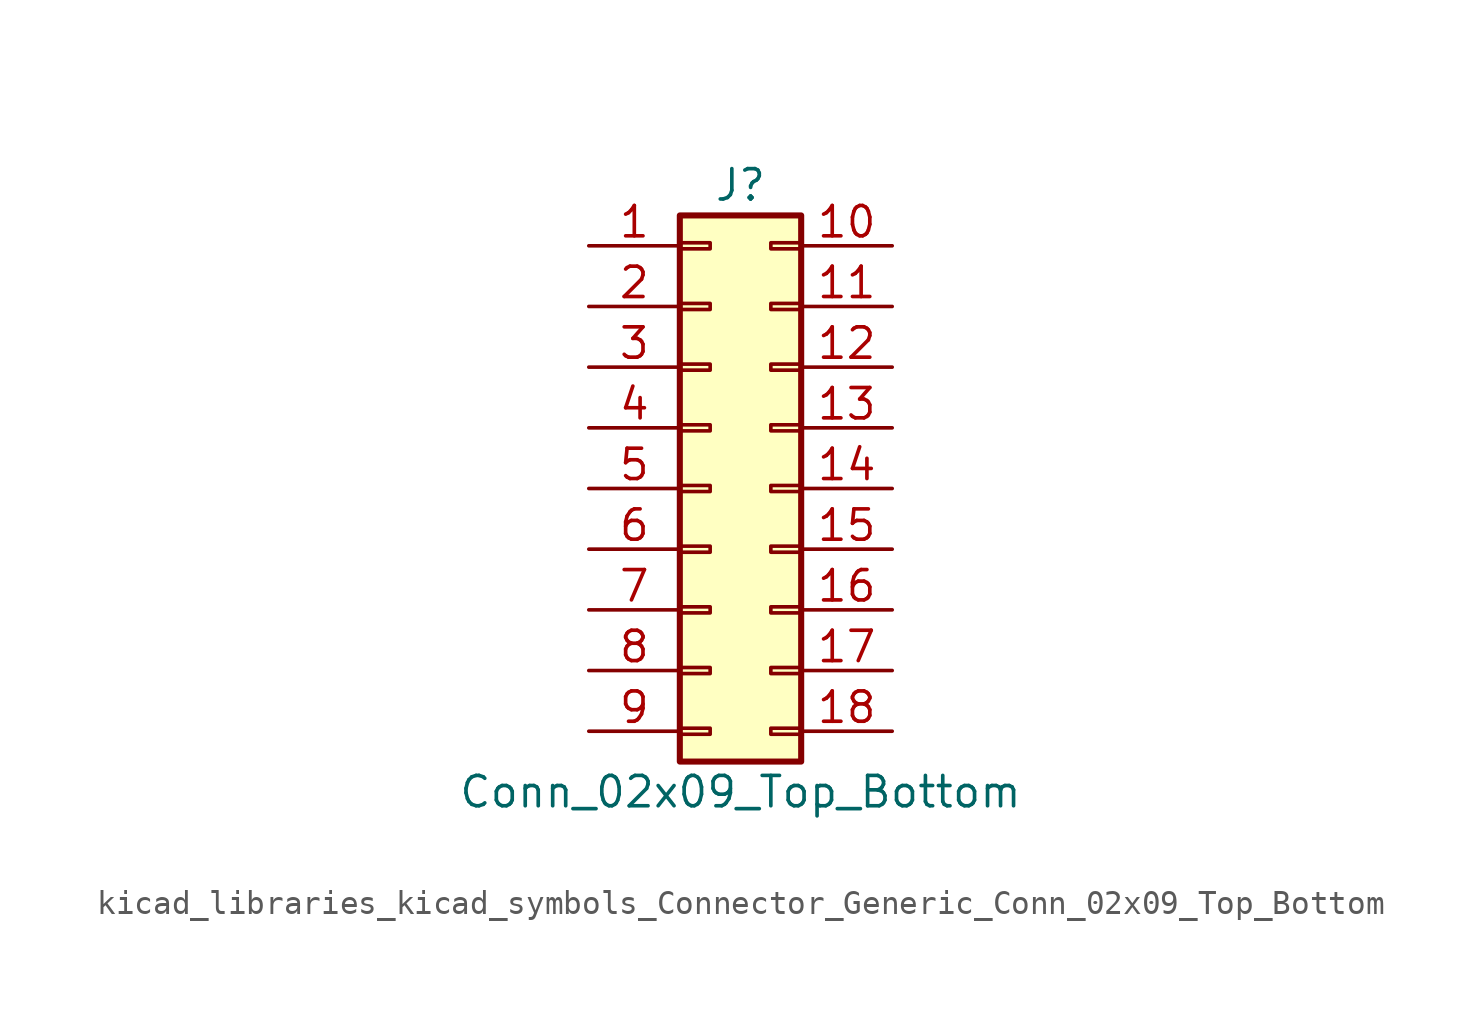
<source format=kicad_sym>
(kicad_symbol_lib
  (version 20220914)
  (generator kicad_symbol_editor)
  (symbol "kicad_libraries_kicad_symbols_Connector_Generic_Conn_02x09_Top_Bottom"
    (pin_names
      (offset 1.016) hide)
    (property "Reference" "J"
      (at 1.27 12.7 0)
      (effects (font (size 1.27 1.27))))
    (property "Value" "Conn_02x09_Top_Bottom"
      (at 1.27 -12.7 0)
      (effects (font (size 1.27 1.27))))
    (symbol "kicad_libraries_kicad_symbols_Connector_Generic_Conn_02x09_Top_Bottom_1_1"
      (rectangle (start -1.27 -10.033) (end 0 -10.287) (stroke (width 0.152) (type default)) (fill (type none)))
      (rectangle (start -1.27 -7.493) (end 0 -7.747) (stroke (width 0.152) (type default)) (fill (type none)))
      (rectangle (start -1.27 -4.953) (end 0 -5.207) (stroke (width 0.152) (type default)) (fill (type none)))
      (rectangle (start -1.27 -2.413) (end 0 -2.667) (stroke (width 0.152) (type default)) (fill (type none)))
      (rectangle (start -1.27 0.127) (end 0 -0.127) (stroke (width 0.152) (type default)) (fill (type none)))
      (rectangle (start -1.27 2.667) (end 0 2.413) (stroke (width 0.152) (type default)) (fill (type none)))
      (rectangle (start -1.27 5.207) (end 0 4.953) (stroke (width 0.152) (type default)) (fill (type none)))
      (rectangle (start -1.27 7.747) (end 0 7.493) (stroke (width 0.152) (type default)) (fill (type none)))
      (rectangle (start -1.27 10.287) (end 0 10.033) (stroke (width 0.152) (type default)) (fill (type none)))
      (rectangle (start -1.27 11.43) (end 3.81 -11.43) (stroke (width 0.254) (type default)) (fill (type background)))
      (rectangle (start 3.81 -10.033) (end 2.54 -10.287) (stroke (width 0.152) (type default)) (fill (type none)))
      (rectangle (start 3.81 -7.493) (end 2.54 -7.747) (stroke (width 0.152) (type default)) (fill (type none)))
      (rectangle (start 3.81 -4.953) (end 2.54 -5.207) (stroke (width 0.152) (type default)) (fill (type none)))
      (rectangle (start 3.81 -2.413) (end 2.54 -2.667) (stroke (width 0.152) (type default)) (fill (type none)))
      (rectangle (start 3.81 0.127) (end 2.54 -0.127) (stroke (width 0.152) (type default)) (fill (type none)))
      (rectangle (start 3.81 2.667) (end 2.54 2.413) (stroke (width 0.152) (type default)) (fill (type none)))
      (rectangle (start 3.81 5.207) (end 2.54 4.953) (stroke (width 0.152) (type default)) (fill (type none)))
      (rectangle (start 3.81 7.747) (end 2.54 7.493) (stroke (width 0.152) (type default)) (fill (type none)))
      (rectangle (start 3.81 10.287) (end 2.54 10.033) (stroke (width 0.152) (type default)) (fill (type none)))
      (pin passive line (at -5.08 10.16 0) (length 3.81) (name "Pin_1" (effects (font (size 1.27 1.27)))) (number "1" (effects (font (size 1.27 1.27)))))
      (pin passive line (at 7.62 10.16 180) (length 3.81) (name "Pin_10" (effects (font (size 1.27 1.27)))) (number "10" (effects (font (size 1.27 1.27)))))
      (pin passive line (at 7.62 7.62 180) (length 3.81) (name "Pin_11" (effects (font (size 1.27 1.27)))) (number "11" (effects (font (size 1.27 1.27)))))
      (pin passive line (at 7.62 5.08 180) (length 3.81) (name "Pin_12" (effects (font (size 1.27 1.27)))) (number "12" (effects (font (size 1.27 1.27)))))
      (pin passive line (at 7.62 2.54 180) (length 3.81) (name "Pin_13" (effects (font (size 1.27 1.27)))) (number "13" (effects (font (size 1.27 1.27)))))
      (pin passive line (at 7.62 0 180) (length 3.81) (name "Pin_14" (effects (font (size 1.27 1.27)))) (number "14" (effects (font (size 1.27 1.27)))))
      (pin passive line (at 7.62 -2.54 180) (length 3.81) (name "Pin_15" (effects (font (size 1.27 1.27)))) (number "15" (effects (font (size 1.27 1.27)))))
      (pin passive line (at 7.62 -5.08 180) (length 3.81) (name "Pin_16" (effects (font (size 1.27 1.27)))) (number "16" (effects (font (size 1.27 1.27)))))
      (pin passive line (at 7.62 -7.62 180) (length 3.81) (name "Pin_17" (effects (font (size 1.27 1.27)))) (number "17" (effects (font (size 1.27 1.27)))))
      (pin passive line (at 7.62 -10.16 180) (length 3.81) (name "Pin_18" (effects (font (size 1.27 1.27)))) (number "18" (effects (font (size 1.27 1.27)))))
      (pin passive line (at -5.08 7.62 0) (length 3.81) (name "Pin_2" (effects (font (size 1.27 1.27)))) (number "2" (effects (font (size 1.27 1.27)))))
      (pin passive line (at -5.08 5.08 0) (length 3.81) (name "Pin_3" (effects (font (size 1.27 1.27)))) (number "3" (effects (font (size 1.27 1.27)))))
      (pin passive line (at -5.08 2.54 0) (length 3.81) (name "Pin_4" (effects (font (size 1.27 1.27)))) (number "4" (effects (font (size 1.27 1.27)))))
      (pin passive line (at -5.08 0 0) (length 3.81) (name "Pin_5" (effects (font (size 1.27 1.27)))) (number "5" (effects (font (size 1.27 1.27)))))
      (pin passive line (at -5.08 -2.54 0) (length 3.81) (name "Pin_6" (effects (font (size 1.27 1.27)))) (number "6" (effects (font (size 1.27 1.27)))))
      (pin passive line (at -5.08 -5.08 0) (length 3.81) (name "Pin_7" (effects (font (size 1.27 1.27)))) (number "7" (effects (font (size 1.27 1.27)))))
      (pin passive line (at -5.08 -7.62 0) (length 3.81) (name "Pin_8" (effects (font (size 1.27 1.27)))) (number "8" (effects (font (size 1.27 1.27)))))
      (pin passive line (at -5.08 -10.16 0) (length 3.81) (name "Pin_9" (effects (font (size 1.27 1.27)))) (number "9" (effects (font (size 1.27 1.27))))))))
</source>
